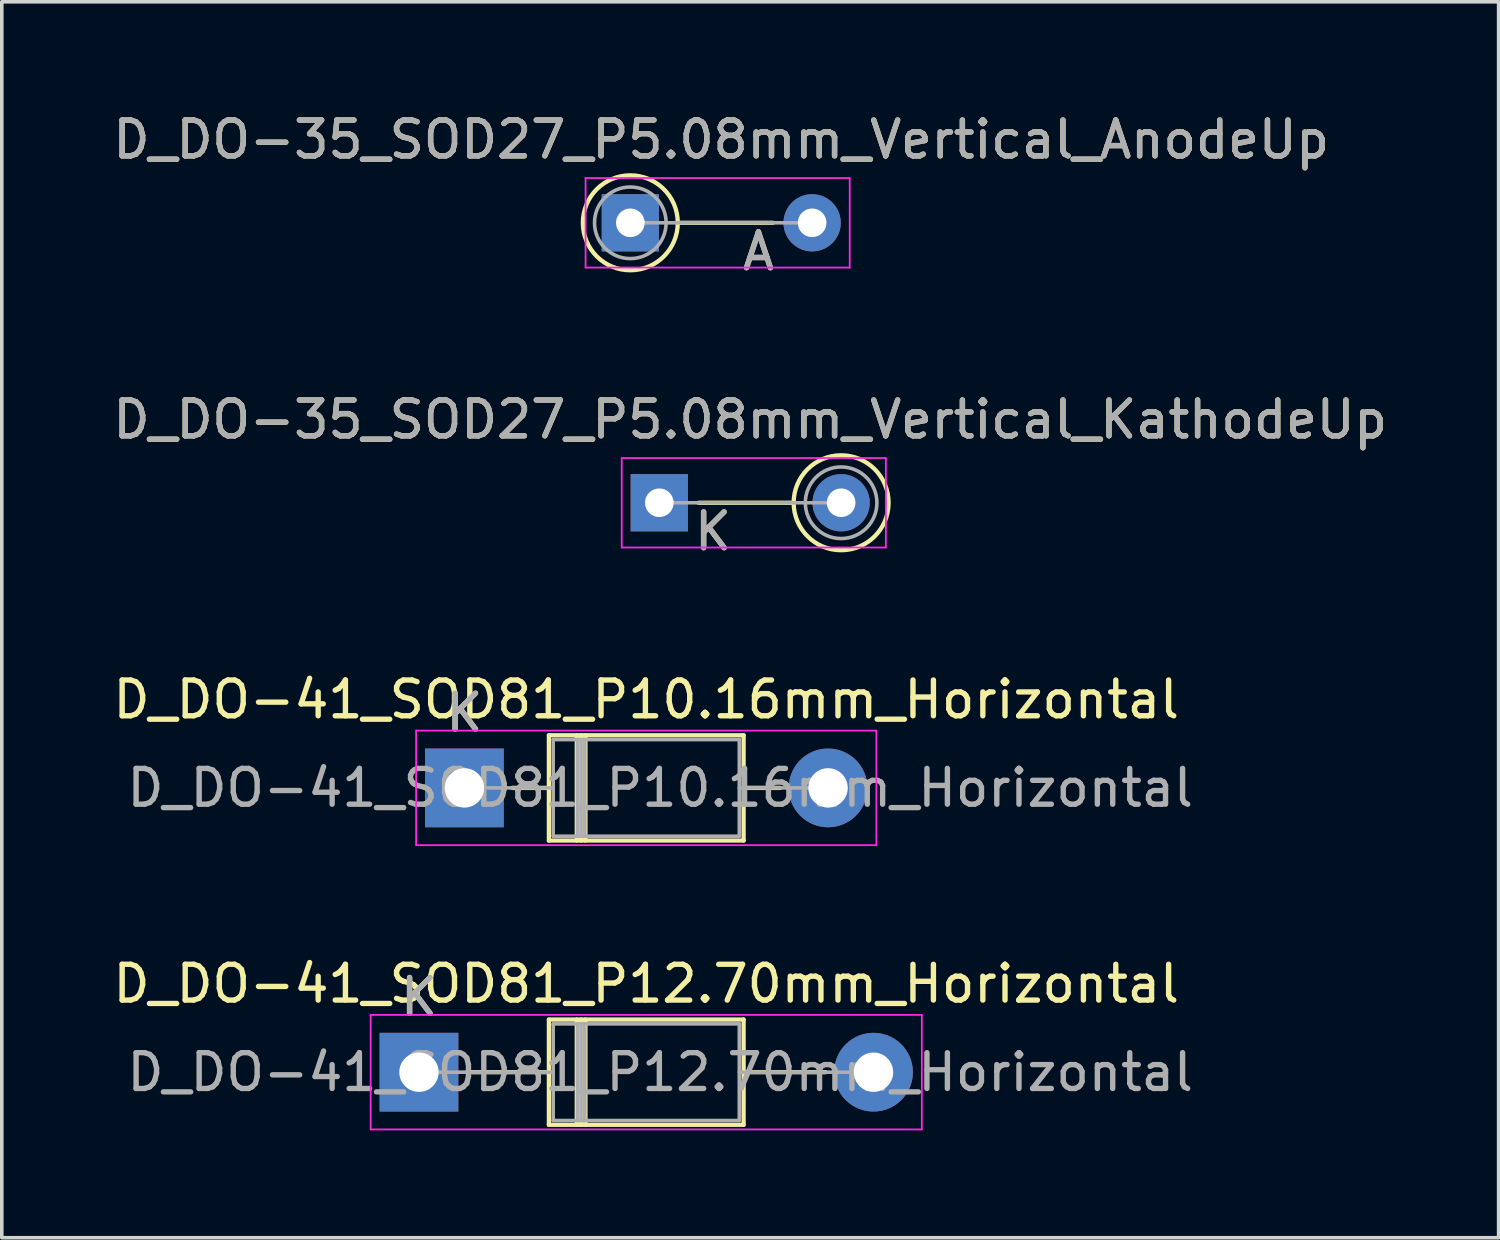
<source format=kicad_pcb>
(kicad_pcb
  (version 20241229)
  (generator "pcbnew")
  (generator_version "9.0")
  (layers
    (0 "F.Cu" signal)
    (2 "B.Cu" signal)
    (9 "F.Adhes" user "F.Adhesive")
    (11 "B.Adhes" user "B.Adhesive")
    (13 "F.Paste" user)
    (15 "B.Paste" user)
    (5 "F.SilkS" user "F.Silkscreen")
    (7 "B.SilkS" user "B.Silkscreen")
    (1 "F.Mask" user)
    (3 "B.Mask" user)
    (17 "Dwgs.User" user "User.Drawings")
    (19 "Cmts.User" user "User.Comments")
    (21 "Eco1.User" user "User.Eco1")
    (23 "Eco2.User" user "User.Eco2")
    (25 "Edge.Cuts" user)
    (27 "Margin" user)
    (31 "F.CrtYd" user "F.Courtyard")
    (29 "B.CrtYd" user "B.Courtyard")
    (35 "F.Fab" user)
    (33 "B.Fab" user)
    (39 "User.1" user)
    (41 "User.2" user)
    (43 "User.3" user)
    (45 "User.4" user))
  (footprint "D_DO-41_SOD81_P12.70mm_Horizontal"
    (layer "F.Cu")
    (at 8.656 26.907)
    (property "Reference" "D_DO-41_SOD81_P12.70mm_Horizontal" (at 6.35 -2.47 0) (layer "F.SilkS") (effects (font (size 1 1) (thickness 0.15))))
    (attr through_hole)
    (fp_line (start 1.34 0) (end 3.63 0) (stroke (width 0.12) (type solid)) (layer "F.SilkS"))
    (fp_line (start 3.63 -1.47) (end 3.63 1.47) (stroke (width 0.12) (type solid)) (layer "F.SilkS"))
    (fp_line (start 3.63 1.47) (end 9.07 1.47) (stroke (width 0.12) (type solid)) (layer "F.SilkS"))
    (fp_line (start 4.41 -1.47) (end 4.41 1.47) (stroke (width 0.12) (type solid)) (layer "F.SilkS"))
    (fp_line (start 4.53 -1.47) (end 4.53 1.47) (stroke (width 0.12) (type solid)) (layer "F.SilkS"))
    (fp_line (start 4.65 -1.47) (end 4.65 1.47) (stroke (width 0.12) (type solid)) (layer "F.SilkS"))
    (fp_line (start 9.07 -1.47) (end 3.63 -1.47) (stroke (width 0.12) (type solid)) (layer "F.SilkS"))
    (fp_line (start 9.07 1.47) (end 9.07 -1.47) (stroke (width 0.12) (type solid)) (layer "F.SilkS"))
    (fp_line (start 11.36 0) (end 9.07 0) (stroke (width 0.12) (type solid)) (layer "F.SilkS"))
    (fp_line (start -1.35 -1.6) (end -1.35 1.6) (stroke (width 0.05) (type solid)) (layer "F.CrtYd"))
    (fp_line (start -1.35 1.6) (end 14.05 1.6) (stroke (width 0.05) (type solid)) (layer "F.CrtYd"))
    (fp_line (start 14.05 -1.6) (end -1.35 -1.6) (stroke (width 0.05) (type solid)) (layer "F.CrtYd"))
    (fp_line (start 14.05 1.6) (end 14.05 -1.6) (stroke (width 0.05) (type solid)) (layer "F.CrtYd"))
    (fp_line (start 0 0) (end 3.75 0) (stroke (width 0.1) (type solid)) (layer "F.Fab"))
    (fp_line (start 3.75 -1.35) (end 3.75 1.35) (stroke (width 0.1) (type solid)) (layer "F.Fab"))
    (fp_line (start 3.75 1.35) (end 8.95 1.35) (stroke (width 0.1) (type solid)) (layer "F.Fab"))
    (fp_line (start 4.43 -1.35) (end 4.43 1.35) (stroke (width 0.1) (type solid)) (layer "F.Fab"))
    (fp_line (start 4.53 -1.35) (end 4.53 1.35) (stroke (width 0.1) (type solid)) (layer "F.Fab"))
    (fp_line (start 4.63 -1.35) (end 4.63 1.35) (stroke (width 0.1) (type solid)) (layer "F.Fab"))
    (fp_line (start 8.95 -1.35) (end 3.75 -1.35) (stroke (width 0.1) (type solid)) (layer "F.Fab"))
    (fp_line (start 8.95 1.35) (end 8.95 -1.35) (stroke (width 0.1) (type solid)) (layer "F.Fab"))
    (fp_line (start 12.7 0) (end 8.95 0) (stroke (width 0.1) (type solid)) (layer "F.Fab"))
    (fp_text user "K" (at 0 -2.1 0) (layer "F.SilkS") (effects (font (size 1 1) (thickness 0.15))))
    (fp_text user "K" (at 0 -2.1 0) (layer "F.Fab") (effects (font (size 1 1) (thickness 0.15))))
    (fp_text user "${REFERENCE}" (at 6.74 0 0) (layer "F.Fab") (effects (font (size 1 1) (thickness 0.15))))
    (pad "1" thru_hole rect (at 0 0) (size 2.2 2.2) (drill 1.1) (layers "*.Cu" "*.Mask"))
    (pad "2" thru_hole circle (at 12.7 0) (size 2.2 2.2) (drill 1.1) (layers "*.Cu" "*.Mask")))
  (footprint "D_DO-41_SOD81_P10.16mm_Horizontal"
    (layer "F.Cu")
    (at 9.926 18.964)
    (property "Reference" "D_DO-41_SOD81_P10.16mm_Horizontal" (at 5.08 -2.47 0) (layer "F.SilkS") (effects (font (size 1 1) (thickness 0.15))))
    (attr through_hole)
    (fp_line (start 1.34 0) (end 2.36 0) (stroke (width 0.12) (type solid)) (layer "F.SilkS"))
    (fp_line (start 2.36 -1.47) (end 2.36 1.47) (stroke (width 0.12) (type solid)) (layer "F.SilkS"))
    (fp_line (start 2.36 1.47) (end 7.8 1.47) (stroke (width 0.12) (type solid)) (layer "F.SilkS"))
    (fp_line (start 3.14 -1.47) (end 3.14 1.47) (stroke (width 0.12) (type solid)) (layer "F.SilkS"))
    (fp_line (start 3.26 -1.47) (end 3.26 1.47) (stroke (width 0.12) (type solid)) (layer "F.SilkS"))
    (fp_line (start 3.38 -1.47) (end 3.38 1.47) (stroke (width 0.12) (type solid)) (layer "F.SilkS"))
    (fp_line (start 7.8 -1.47) (end 2.36 -1.47) (stroke (width 0.12) (type solid)) (layer "F.SilkS"))
    (fp_line (start 7.8 1.47) (end 7.8 -1.47) (stroke (width 0.12) (type solid)) (layer "F.SilkS"))
    (fp_line (start 8.82 0) (end 7.8 0) (stroke (width 0.12) (type solid)) (layer "F.SilkS"))
    (fp_line (start -1.35 -1.6) (end -1.35 1.6) (stroke (width 0.05) (type solid)) (layer "F.CrtYd"))
    (fp_line (start -1.35 1.6) (end 11.51 1.6) (stroke (width 0.05) (type solid)) (layer "F.CrtYd"))
    (fp_line (start 11.51 -1.6) (end -1.35 -1.6) (stroke (width 0.05) (type solid)) (layer "F.CrtYd"))
    (fp_line (start 11.51 1.6) (end 11.51 -1.6) (stroke (width 0.05) (type solid)) (layer "F.CrtYd"))
    (fp_line (start 0 0) (end 2.48 0) (stroke (width 0.1) (type solid)) (layer "F.Fab"))
    (fp_line (start 2.48 -1.35) (end 2.48 1.35) (stroke (width 0.1) (type solid)) (layer "F.Fab"))
    (fp_line (start 2.48 1.35) (end 7.68 1.35) (stroke (width 0.1) (type solid)) (layer "F.Fab"))
    (fp_line (start 3.16 -1.35) (end 3.16 1.35) (stroke (width 0.1) (type solid)) (layer "F.Fab"))
    (fp_line (start 3.26 -1.35) (end 3.26 1.35) (stroke (width 0.1) (type solid)) (layer "F.Fab"))
    (fp_line (start 3.36 -1.35) (end 3.36 1.35) (stroke (width 0.1) (type solid)) (layer "F.Fab"))
    (fp_line (start 7.68 -1.35) (end 2.48 -1.35) (stroke (width 0.1) (type solid)) (layer "F.Fab"))
    (fp_line (start 7.68 1.35) (end 7.68 -1.35) (stroke (width 0.1) (type solid)) (layer "F.Fab"))
    (fp_line (start 10.16 0) (end 7.68 0) (stroke (width 0.1) (type solid)) (layer "F.Fab"))
    (fp_text user "K" (at 0 -2.1 0) (layer "F.SilkS") (effects (font (size 1 1) (thickness 0.15))))
    (fp_text user "${REFERENCE}" (at 5.47 0 0) (layer "F.Fab") (effects (font (size 1 1) (thickness 0.15))))
    (fp_text user "K" (at 0 -2.1 0) (layer "F.Fab") (effects (font (size 1 1) (thickness 0.15))))
    (pad "1" thru_hole rect (at 0 0) (size 2.2 2.2) (drill 1.1) (layers "*.Cu" "*.Mask"))
    (pad "2" thru_hole circle (at 10.16 0) (size 2.2 2.2) (drill 1.1) (layers "*.Cu" "*.Mask")))
  (footprint "D_DO-35_SOD27_P5.08mm_Vertical_KathodeUp"
    (layer "F.Cu")
    (at 15.371 10.997)
    (property "Reference" "D_DO-35_SOD27_P5.08mm_Vertical_KathodeUp" (at 2.54 -2.326 0) (layer "F.SilkS") (effects (font (size 1 1) (thickness 0.15))))
    (attr through_hole)
    (fp_line (start 3.754 0) (end 1.1 0) (stroke (width 0.12) (type solid)) (layer "F.SilkS"))
    (fp_circle (center 5.08 0) (end 6.406 0) (stroke (width 0.12) (type solid)) (fill no) (layer "F.SilkS"))
    (fp_line (start -1.05 -1.25) (end -1.05 1.25) (stroke (width 0.05) (type solid)) (layer "F.CrtYd"))
    (fp_line (start -1.05 1.25) (end 6.33 1.25) (stroke (width 0.05) (type solid)) (layer "F.CrtYd"))
    (fp_line (start 6.33 -1.25) (end -1.05 -1.25) (stroke (width 0.05) (type solid)) (layer "F.CrtYd"))
    (fp_line (start 6.33 1.25) (end 6.33 -1.25) (stroke (width 0.05) (type solid)) (layer "F.CrtYd"))
    (fp_line (start 0 0) (end 5.08 0) (stroke (width 0.1) (type solid)) (layer "F.Fab"))
    (fp_circle (center 5.08 0) (end 6.08 0) (stroke (width 0.1) (type solid)) (fill no) (layer "F.Fab"))
    (fp_text user "K" (at 1.5 0.8 0) (layer "F.SilkS") (effects (font (size 1 1) (thickness 0.15))))
    (fp_text user "${REFERENCE}" (at 2.54 -2.326 0) (layer "F.Fab") (effects (font (size 1 1) (thickness 0.15))))
    (fp_text user "K" (at 1.5 0.8 0) (layer "F.Fab") (effects (font (size 1 1) (thickness 0.15))))
    (pad "1" thru_hole rect (at 0 0) (size 1.6 1.6) (drill 0.8) (layers "*.Cu" "*.Mask"))
    (pad "2" thru_hole circle (at 5.08 0) (size 1.6 1.6) (drill 0.8) (layers "*.Cu" "*.Mask")))
  (footprint "D_DO-35_SOD27_P5.08mm_Vertical_AnodeUp"
    (layer "F.Cu")
    (at 14.561 3.175)
    (property "Reference" "D_DO-35_SOD27_P5.08mm_Vertical_AnodeUp" (at 2.54 -2.326 0) (layer "F.SilkS") (effects (font (size 1 1) (thickness 0.15))))
    (attr through_hole)
    (fp_line (start 1.326 0) (end 3.98 0) (stroke (width 0.12) (type solid)) (layer "F.SilkS"))
    (fp_circle (center 0 0) (end 1.326 0) (stroke (width 0.12) (type solid)) (fill no) (layer "F.SilkS"))
    (fp_line (start -1.25 -1.25) (end -1.25 1.25) (stroke (width 0.05) (type solid)) (layer "F.CrtYd"))
    (fp_line (start -1.25 1.25) (end 6.13 1.25) (stroke (width 0.05) (type solid)) (layer "F.CrtYd"))
    (fp_line (start 6.13 -1.25) (end -1.25 -1.25) (stroke (width 0.05) (type solid)) (layer "F.CrtYd"))
    (fp_line (start 6.13 1.25) (end 6.13 -1.25) (stroke (width 0.05) (type solid)) (layer "F.CrtYd"))
    (fp_line (start 0 0) (end 5.08 0) (stroke (width 0.1) (type solid)) (layer "F.Fab"))
    (fp_circle (center 0 0) (end 1 0) (stroke (width 0.1) (type solid)) (fill no) (layer "F.Fab"))
    (fp_text user "A" (at 3.58 0.8 0) (layer "F.SilkS") (effects (font (size 1 1) (thickness 0.15))))
    (fp_text user "A" (at 3.58 0.8 0) (layer "F.Fab") (effects (font (size 1 1) (thickness 0.15))))
    (fp_text user "${REFERENCE}" (at 2.54 -2.326 0) (layer "F.Fab") (effects (font (size 1 1) (thickness 0.15))))
    (pad "1" thru_hole rect (at 0 0) (size 1.6 1.6) (drill 0.8) (layers "*.Cu" "*.Mask"))
    (pad "2" thru_hole circle (at 5.08 0) (size 1.6 1.6) (drill 0.8) (layers "*.Cu" "*.Mask")))
  (gr_rect
    (start -3 -3)
    (end 38.821 31.532)
    (stroke (width 0.1) (type default))
    (fill no)
    (layer "Edge.Cuts")))
</source>
